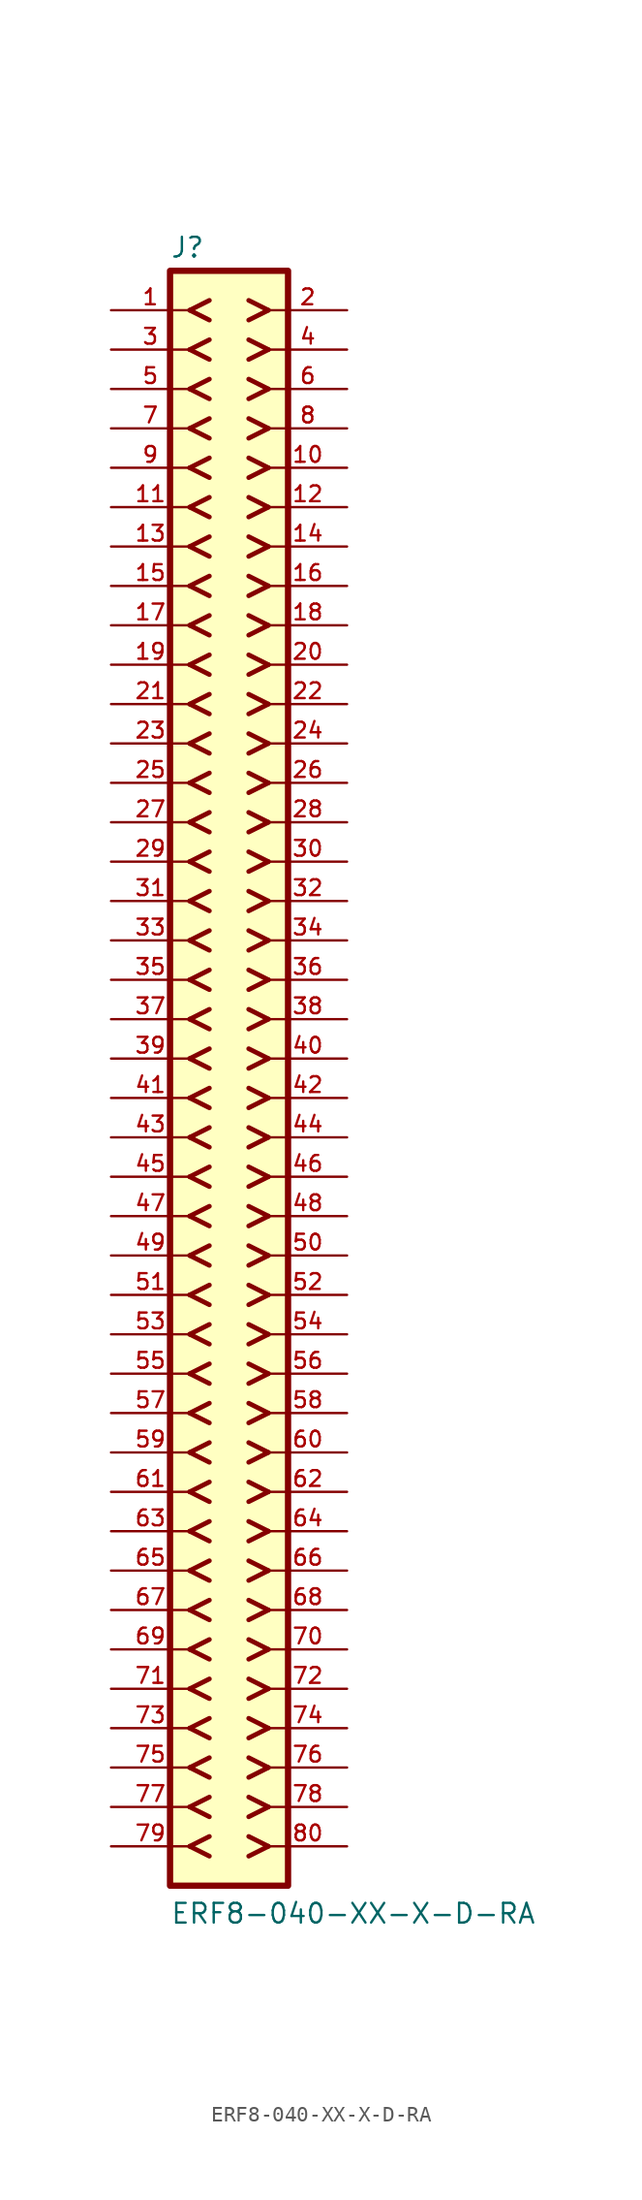
<source format=kicad_sym>
(kicad_symbol_lib
  (version 20211014)
  (generator kicad_symbol_editor)
  (symbol "ERF8-040-XX-X-D-RA"
    (pin_names
      (offset 1.016) hide)
    (property "Reference" "J"
      (at -3.81 51.562 0)
      (effects (font (size 1.27 1.27)) (justify left bottom)))
    (property "Value" "ERF8-040-XX-X-D-RA"
      (at -3.81 -55.88 0)
      (effects (font (size 1.27 1.27)) (justify left bottom)))
    (property "ki_locked" ""
      (at 0 0 0)
      (effects (font (size 1.27 1.27))))
    (symbol "ERF8-040-XX-X-D-RA_0_0"
      (rectangle (start -3.81 -53.34) (end 3.81 50.8) (stroke (width 0.406) (type default) (color 0 0 0 0)) (fill (type background)))
      (polyline (pts (xy -2.54 -50.8) (xy -1.27 -51.435)) (stroke (width 0.305) (type default) (color 0 0 0 0)) (fill (type none)))
      (polyline (pts (xy -2.54 -50.8) (xy -1.27 -50.165)) (stroke (width 0.305) (type default) (color 0 0 0 0)) (fill (type none)))
      (polyline (pts (xy -2.54 -48.26) (xy -1.27 -48.895)) (stroke (width 0.305) (type default) (color 0 0 0 0)) (fill (type none)))
      (polyline (pts (xy -2.54 -48.26) (xy -1.27 -47.625)) (stroke (width 0.305) (type default) (color 0 0 0 0)) (fill (type none)))
      (polyline (pts (xy -2.54 -45.72) (xy -1.27 -46.355)) (stroke (width 0.305) (type default) (color 0 0 0 0)) (fill (type none)))
      (polyline (pts (xy -2.54 -45.72) (xy -1.27 -45.085)) (stroke (width 0.305) (type default) (color 0 0 0 0)) (fill (type none)))
      (polyline (pts (xy -2.54 -43.18) (xy -1.27 -43.815)) (stroke (width 0.305) (type default) (color 0 0 0 0)) (fill (type none)))
      (polyline (pts (xy -2.54 -43.18) (xy -1.27 -42.545)) (stroke (width 0.305) (type default) (color 0 0 0 0)) (fill (type none)))
      (polyline (pts (xy -2.54 -40.64) (xy -1.27 -41.275)) (stroke (width 0.305) (type default) (color 0 0 0 0)) (fill (type none)))
      (polyline (pts (xy -2.54 -40.64) (xy -1.27 -40.005)) (stroke (width 0.305) (type default) (color 0 0 0 0)) (fill (type none)))
      (polyline (pts (xy -2.54 -38.1) (xy -1.27 -38.735)) (stroke (width 0.305) (type default) (color 0 0 0 0)) (fill (type none)))
      (polyline (pts (xy -2.54 -38.1) (xy -1.27 -37.465)) (stroke (width 0.305) (type default) (color 0 0 0 0)) (fill (type none)))
      (polyline (pts (xy -2.54 -35.56) (xy -1.27 -36.195)) (stroke (width 0.305) (type default) (color 0 0 0 0)) (fill (type none)))
      (polyline (pts (xy -2.54 -35.56) (xy -1.27 -34.925)) (stroke (width 0.305) (type default) (color 0 0 0 0)) (fill (type none)))
      (polyline (pts (xy -2.54 -33.02) (xy -1.27 -33.655)) (stroke (width 0.305) (type default) (color 0 0 0 0)) (fill (type none)))
      (polyline (pts (xy -2.54 -33.02) (xy -1.27 -32.385)) (stroke (width 0.305) (type default) (color 0 0 0 0)) (fill (type none)))
      (polyline (pts (xy -2.54 -30.48) (xy -1.27 -31.115)) (stroke (width 0.305) (type default) (color 0 0 0 0)) (fill (type none)))
      (polyline (pts (xy -2.54 -30.48) (xy -1.27 -29.845)) (stroke (width 0.305) (type default) (color 0 0 0 0)) (fill (type none)))
      (polyline (pts (xy -2.54 -27.94) (xy -1.27 -28.575)) (stroke (width 0.305) (type default) (color 0 0 0 0)) (fill (type none)))
      (polyline (pts (xy -2.54 -27.94) (xy -1.27 -27.305)) (stroke (width 0.305) (type default) (color 0 0 0 0)) (fill (type none)))
      (polyline (pts (xy -2.54 -25.4) (xy -1.27 -26.035)) (stroke (width 0.305) (type default) (color 0 0 0 0)) (fill (type none)))
      (polyline (pts (xy -2.54 -25.4) (xy -1.27 -24.765)) (stroke (width 0.305) (type default) (color 0 0 0 0)) (fill (type none)))
      (polyline (pts (xy -2.54 -22.86) (xy -1.27 -23.495)) (stroke (width 0.305) (type default) (color 0 0 0 0)) (fill (type none)))
      (polyline (pts (xy -2.54 -22.86) (xy -1.27 -22.225)) (stroke (width 0.305) (type default) (color 0 0 0 0)) (fill (type none)))
      (polyline (pts (xy -2.54 -20.32) (xy -1.27 -20.955)) (stroke (width 0.305) (type default) (color 0 0 0 0)) (fill (type none)))
      (polyline (pts (xy -2.54 -20.32) (xy -1.27 -19.685)) (stroke (width 0.305) (type default) (color 0 0 0 0)) (fill (type none)))
      (polyline (pts (xy -2.54 -17.78) (xy -1.27 -18.415)) (stroke (width 0.305) (type default) (color 0 0 0 0)) (fill (type none)))
      (polyline (pts (xy -2.54 -17.78) (xy -1.27 -17.145)) (stroke (width 0.305) (type default) (color 0 0 0 0)) (fill (type none)))
      (polyline (pts (xy -2.54 -15.24) (xy -1.27 -15.875)) (stroke (width 0.305) (type default) (color 0 0 0 0)) (fill (type none)))
      (polyline (pts (xy -2.54 -15.24) (xy -1.27 -14.605)) (stroke (width 0.305) (type default) (color 0 0 0 0)) (fill (type none)))
      (polyline (pts (xy -2.54 -12.7) (xy -1.27 -13.335)) (stroke (width 0.305) (type default) (color 0 0 0 0)) (fill (type none)))
      (polyline (pts (xy -2.54 -12.7) (xy -1.27 -12.065)) (stroke (width 0.305) (type default) (color 0 0 0 0)) (fill (type none)))
      (polyline (pts (xy -2.54 -10.16) (xy -1.27 -10.795)) (stroke (width 0.305) (type default) (color 0 0 0 0)) (fill (type none)))
      (polyline (pts (xy -2.54 -10.16) (xy -1.27 -9.525)) (stroke (width 0.305) (type default) (color 0 0 0 0)) (fill (type none)))
      (polyline (pts (xy -2.54 -7.62) (xy -1.27 -8.255)) (stroke (width 0.305) (type default) (color 0 0 0 0)) (fill (type none)))
      (polyline (pts (xy -2.54 -7.62) (xy -1.27 -6.985)) (stroke (width 0.305) (type default) (color 0 0 0 0)) (fill (type none)))
      (polyline (pts (xy -2.54 -5.08) (xy -1.27 -5.715)) (stroke (width 0.305) (type default) (color 0 0 0 0)) (fill (type none)))
      (polyline (pts (xy -2.54 -5.08) (xy -1.27 -4.445)) (stroke (width 0.305) (type default) (color 0 0 0 0)) (fill (type none)))
      (polyline (pts (xy -2.54 -2.54) (xy -1.27 -3.175)) (stroke (width 0.305) (type default) (color 0 0 0 0)) (fill (type none)))
      (polyline (pts (xy -2.54 -2.54) (xy -1.27 -1.905)) (stroke (width 0.305) (type default) (color 0 0 0 0)) (fill (type none)))
      (polyline (pts (xy -2.54 0) (xy -1.27 -0.635)) (stroke (width 0.305) (type default) (color 0 0 0 0)) (fill (type none)))
      (polyline (pts (xy -2.54 0) (xy -1.27 0.635)) (stroke (width 0.305) (type default) (color 0 0 0 0)) (fill (type none)))
      (polyline (pts (xy -2.54 2.54) (xy -1.27 1.905)) (stroke (width 0.305) (type default) (color 0 0 0 0)) (fill (type none)))
      (polyline (pts (xy -2.54 2.54) (xy -1.27 3.175)) (stroke (width 0.305) (type default) (color 0 0 0 0)) (fill (type none)))
      (polyline (pts (xy -2.54 5.08) (xy -1.27 4.445)) (stroke (width 0.305) (type default) (color 0 0 0 0)) (fill (type none)))
      (polyline (pts (xy -2.54 5.08) (xy -1.27 5.715)) (stroke (width 0.305) (type default) (color 0 0 0 0)) (fill (type none)))
      (polyline (pts (xy -2.54 7.62) (xy -1.27 6.985)) (stroke (width 0.305) (type default) (color 0 0 0 0)) (fill (type none)))
      (polyline (pts (xy -2.54 7.62) (xy -1.27 8.255)) (stroke (width 0.305) (type default) (color 0 0 0 0)) (fill (type none)))
      (polyline (pts (xy -2.54 10.16) (xy -1.27 9.525)) (stroke (width 0.305) (type default) (color 0 0 0 0)) (fill (type none)))
      (polyline (pts (xy -2.54 10.16) (xy -1.27 10.795)) (stroke (width 0.305) (type default) (color 0 0 0 0)) (fill (type none)))
      (polyline (pts (xy -2.54 12.7) (xy -1.27 12.065)) (stroke (width 0.305) (type default) (color 0 0 0 0)) (fill (type none)))
      (polyline (pts (xy -2.54 12.7) (xy -1.27 13.335)) (stroke (width 0.305) (type default) (color 0 0 0 0)) (fill (type none)))
      (polyline (pts (xy -2.54 15.24) (xy -1.27 14.605)) (stroke (width 0.305) (type default) (color 0 0 0 0)) (fill (type none)))
      (polyline (pts (xy -2.54 15.24) (xy -1.27 15.875)) (stroke (width 0.305) (type default) (color 0 0 0 0)) (fill (type none)))
      (polyline (pts (xy -2.54 17.78) (xy -1.27 17.145)) (stroke (width 0.305) (type default) (color 0 0 0 0)) (fill (type none)))
      (polyline (pts (xy -2.54 17.78) (xy -1.27 18.415)) (stroke (width 0.305) (type default) (color 0 0 0 0)) (fill (type none)))
      (polyline (pts (xy -2.54 20.32) (xy -1.27 19.685)) (stroke (width 0.305) (type default) (color 0 0 0 0)) (fill (type none)))
      (polyline (pts (xy -2.54 20.32) (xy -1.27 20.955)) (stroke (width 0.305) (type default) (color 0 0 0 0)) (fill (type none)))
      (polyline (pts (xy -2.54 22.86) (xy -1.27 22.225)) (stroke (width 0.305) (type default) (color 0 0 0 0)) (fill (type none)))
      (polyline (pts (xy -2.54 22.86) (xy -1.27 23.495)) (stroke (width 0.305) (type default) (color 0 0 0 0)) (fill (type none)))
      (polyline (pts (xy -2.54 25.4) (xy -1.27 24.765)) (stroke (width 0.305) (type default) (color 0 0 0 0)) (fill (type none)))
      (polyline (pts (xy -2.54 25.4) (xy -1.27 26.035)) (stroke (width 0.305) (type default) (color 0 0 0 0)) (fill (type none)))
      (polyline (pts (xy -2.54 27.94) (xy -1.27 27.305)) (stroke (width 0.305) (type default) (color 0 0 0 0)) (fill (type none)))
      (polyline (pts (xy -2.54 27.94) (xy -1.27 28.575)) (stroke (width 0.305) (type default) (color 0 0 0 0)) (fill (type none)))
      (polyline (pts (xy -2.54 30.48) (xy -1.27 29.845)) (stroke (width 0.305) (type default) (color 0 0 0 0)) (fill (type none)))
      (polyline (pts (xy -2.54 30.48) (xy -1.27 31.115)) (stroke (width 0.305) (type default) (color 0 0 0 0)) (fill (type none)))
      (polyline (pts (xy -2.54 33.02) (xy -1.27 32.385)) (stroke (width 0.305) (type default) (color 0 0 0 0)) (fill (type none)))
      (polyline (pts (xy -2.54 33.02) (xy -1.27 33.655)) (stroke (width 0.305) (type default) (color 0 0 0 0)) (fill (type none)))
      (polyline (pts (xy -2.54 35.56) (xy -1.27 34.925)) (stroke (width 0.305) (type default) (color 0 0 0 0)) (fill (type none)))
      (polyline (pts (xy -2.54 35.56) (xy -1.27 36.195)) (stroke (width 0.305) (type default) (color 0 0 0 0)) (fill (type none)))
      (polyline (pts (xy -2.54 38.1) (xy -1.27 37.465)) (stroke (width 0.305) (type default) (color 0 0 0 0)) (fill (type none)))
      (polyline (pts (xy -2.54 38.1) (xy -1.27 38.735)) (stroke (width 0.305) (type default) (color 0 0 0 0)) (fill (type none)))
      (polyline (pts (xy -2.54 40.64) (xy -1.27 40.005)) (stroke (width 0.305) (type default) (color 0 0 0 0)) (fill (type none)))
      (polyline (pts (xy -2.54 40.64) (xy -1.27 41.275)) (stroke (width 0.305) (type default) (color 0 0 0 0)) (fill (type none)))
      (polyline (pts (xy -2.54 43.18) (xy -1.27 42.545)) (stroke (width 0.305) (type default) (color 0 0 0 0)) (fill (type none)))
      (polyline (pts (xy -2.54 43.18) (xy -1.27 43.815)) (stroke (width 0.305) (type default) (color 0 0 0 0)) (fill (type none)))
      (polyline (pts (xy -2.54 45.72) (xy -1.27 45.085)) (stroke (width 0.305) (type default) (color 0 0 0 0)) (fill (type none)))
      (polyline (pts (xy -2.54 45.72) (xy -1.27 46.355)) (stroke (width 0.305) (type default) (color 0 0 0 0)) (fill (type none)))
      (polyline (pts (xy -2.54 48.26) (xy -1.27 47.625)) (stroke (width 0.305) (type default) (color 0 0 0 0)) (fill (type none)))
      (polyline (pts (xy -2.54 48.26) (xy -1.27 48.895)) (stroke (width 0.305) (type default) (color 0 0 0 0)) (fill (type none)))
      (polyline (pts (xy 2.54 -50.8) (xy 1.27 -51.435)) (stroke (width 0.305) (type default) (color 0 0 0 0)) (fill (type none)))
      (polyline (pts (xy 2.54 -50.8) (xy 1.27 -50.165)) (stroke (width 0.305) (type default) (color 0 0 0 0)) (fill (type none)))
      (polyline (pts (xy 2.54 -48.26) (xy 1.27 -48.895)) (stroke (width 0.305) (type default) (color 0 0 0 0)) (fill (type none)))
      (polyline (pts (xy 2.54 -48.26) (xy 1.27 -47.625)) (stroke (width 0.305) (type default) (color 0 0 0 0)) (fill (type none)))
      (polyline (pts (xy 2.54 -45.72) (xy 1.27 -46.355)) (stroke (width 0.305) (type default) (color 0 0 0 0)) (fill (type none)))
      (polyline (pts (xy 2.54 -45.72) (xy 1.27 -45.085)) (stroke (width 0.305) (type default) (color 0 0 0 0)) (fill (type none)))
      (polyline (pts (xy 2.54 -43.18) (xy 1.27 -43.815)) (stroke (width 0.305) (type default) (color 0 0 0 0)) (fill (type none)))
      (polyline (pts (xy 2.54 -43.18) (xy 1.27 -42.545)) (stroke (width 0.305) (type default) (color 0 0 0 0)) (fill (type none)))
      (polyline (pts (xy 2.54 -40.64) (xy 1.27 -41.275)) (stroke (width 0.305) (type default) (color 0 0 0 0)) (fill (type none)))
      (polyline (pts (xy 2.54 -40.64) (xy 1.27 -40.005)) (stroke (width 0.305) (type default) (color 0 0 0 0)) (fill (type none)))
      (polyline (pts (xy 2.54 -38.1) (xy 1.27 -38.735)) (stroke (width 0.305) (type default) (color 0 0 0 0)) (fill (type none)))
      (polyline (pts (xy 2.54 -38.1) (xy 1.27 -37.465)) (stroke (width 0.305) (type default) (color 0 0 0 0)) (fill (type none)))
      (polyline (pts (xy 2.54 -35.56) (xy 1.27 -36.195)) (stroke (width 0.305) (type default) (color 0 0 0 0)) (fill (type none)))
      (polyline (pts (xy 2.54 -35.56) (xy 1.27 -34.925)) (stroke (width 0.305) (type default) (color 0 0 0 0)) (fill (type none)))
      (polyline (pts (xy 2.54 -33.02) (xy 1.27 -33.655)) (stroke (width 0.305) (type default) (color 0 0 0 0)) (fill (type none)))
      (polyline (pts (xy 2.54 -33.02) (xy 1.27 -32.385)) (stroke (width 0.305) (type default) (color 0 0 0 0)) (fill (type none)))
      (polyline (pts (xy 2.54 -30.48) (xy 1.27 -31.115)) (stroke (width 0.305) (type default) (color 0 0 0 0)) (fill (type none)))
      (polyline (pts (xy 2.54 -30.48) (xy 1.27 -29.845)) (stroke (width 0.305) (type default) (color 0 0 0 0)) (fill (type none)))
      (polyline (pts (xy 2.54 -27.94) (xy 1.27 -28.575)) (stroke (width 0.305) (type default) (color 0 0 0 0)) (fill (type none)))
      (polyline (pts (xy 2.54 -27.94) (xy 1.27 -27.305)) (stroke (width 0.305) (type default) (color 0 0 0 0)) (fill (type none)))
      (polyline (pts (xy 2.54 -25.4) (xy 1.27 -26.035)) (stroke (width 0.305) (type default) (color 0 0 0 0)) (fill (type none)))
      (polyline (pts (xy 2.54 -25.4) (xy 1.27 -24.765)) (stroke (width 0.305) (type default) (color 0 0 0 0)) (fill (type none)))
      (polyline (pts (xy 2.54 -22.86) (xy 1.27 -23.495)) (stroke (width 0.305) (type default) (color 0 0 0 0)) (fill (type none)))
      (polyline (pts (xy 2.54 -22.86) (xy 1.27 -22.225)) (stroke (width 0.305) (type default) (color 0 0 0 0)) (fill (type none)))
      (polyline (pts (xy 2.54 -20.32) (xy 1.27 -20.955)) (stroke (width 0.305) (type default) (color 0 0 0 0)) (fill (type none)))
      (polyline (pts (xy 2.54 -20.32) (xy 1.27 -19.685)) (stroke (width 0.305) (type default) (color 0 0 0 0)) (fill (type none)))
      (polyline (pts (xy 2.54 -17.78) (xy 1.27 -18.415)) (stroke (width 0.305) (type default) (color 0 0 0 0)) (fill (type none)))
      (polyline (pts (xy 2.54 -17.78) (xy 1.27 -17.145)) (stroke (width 0.305) (type default) (color 0 0 0 0)) (fill (type none)))
      (polyline (pts (xy 2.54 -15.24) (xy 1.27 -15.875)) (stroke (width 0.305) (type default) (color 0 0 0 0)) (fill (type none)))
      (polyline (pts (xy 2.54 -15.24) (xy 1.27 -14.605)) (stroke (width 0.305) (type default) (color 0 0 0 0)) (fill (type none)))
      (polyline (pts (xy 2.54 -12.7) (xy 1.27 -13.335)) (stroke (width 0.305) (type default) (color 0 0 0 0)) (fill (type none)))
      (polyline (pts (xy 2.54 -12.7) (xy 1.27 -12.065)) (stroke (width 0.305) (type default) (color 0 0 0 0)) (fill (type none)))
      (polyline (pts (xy 2.54 -10.16) (xy 1.27 -10.795)) (stroke (width 0.305) (type default) (color 0 0 0 0)) (fill (type none)))
      (polyline (pts (xy 2.54 -10.16) (xy 1.27 -9.525)) (stroke (width 0.305) (type default) (color 0 0 0 0)) (fill (type none)))
      (polyline (pts (xy 2.54 -7.62) (xy 1.27 -8.255)) (stroke (width 0.305) (type default) (color 0 0 0 0)) (fill (type none)))
      (polyline (pts (xy 2.54 -7.62) (xy 1.27 -6.985)) (stroke (width 0.305) (type default) (color 0 0 0 0)) (fill (type none)))
      (polyline (pts (xy 2.54 -5.08) (xy 1.27 -5.715)) (stroke (width 0.305) (type default) (color 0 0 0 0)) (fill (type none)))
      (polyline (pts (xy 2.54 -5.08) (xy 1.27 -4.445)) (stroke (width 0.305) (type default) (color 0 0 0 0)) (fill (type none)))
      (polyline (pts (xy 2.54 -2.54) (xy 1.27 -3.175)) (stroke (width 0.305) (type default) (color 0 0 0 0)) (fill (type none)))
      (polyline (pts (xy 2.54 -2.54) (xy 1.27 -1.905)) (stroke (width 0.305) (type default) (color 0 0 0 0)) (fill (type none)))
      (polyline (pts (xy 2.54 0) (xy 1.27 -0.635)) (stroke (width 0.305) (type default) (color 0 0 0 0)) (fill (type none)))
      (polyline (pts (xy 2.54 0) (xy 1.27 0.635)) (stroke (width 0.305) (type default) (color 0 0 0 0)) (fill (type none)))
      (polyline (pts (xy 2.54 2.54) (xy 1.27 1.905)) (stroke (width 0.305) (type default) (color 0 0 0 0)) (fill (type none)))
      (polyline (pts (xy 2.54 2.54) (xy 1.27 3.175)) (stroke (width 0.305) (type default) (color 0 0 0 0)) (fill (type none)))
      (polyline (pts (xy 2.54 5.08) (xy 1.27 4.445)) (stroke (width 0.305) (type default) (color 0 0 0 0)) (fill (type none)))
      (polyline (pts (xy 2.54 5.08) (xy 1.27 5.715)) (stroke (width 0.305) (type default) (color 0 0 0 0)) (fill (type none)))
      (polyline (pts (xy 2.54 7.62) (xy 1.27 6.985)) (stroke (width 0.305) (type default) (color 0 0 0 0)) (fill (type none)))
      (polyline (pts (xy 2.54 7.62) (xy 1.27 8.255)) (stroke (width 0.305) (type default) (color 0 0 0 0)) (fill (type none)))
      (polyline (pts (xy 2.54 10.16) (xy 1.27 9.525)) (stroke (width 0.305) (type default) (color 0 0 0 0)) (fill (type none)))
      (polyline (pts (xy 2.54 10.16) (xy 1.27 10.795)) (stroke (width 0.305) (type default) (color 0 0 0 0)) (fill (type none)))
      (polyline (pts (xy 2.54 12.7) (xy 1.27 12.065)) (stroke (width 0.305) (type default) (color 0 0 0 0)) (fill (type none)))
      (polyline (pts (xy 2.54 12.7) (xy 1.27 13.335)) (stroke (width 0.305) (type default) (color 0 0 0 0)) (fill (type none)))
      (polyline (pts (xy 2.54 15.24) (xy 1.27 14.605)) (stroke (width 0.305) (type default) (color 0 0 0 0)) (fill (type none)))
      (polyline (pts (xy 2.54 15.24) (xy 1.27 15.875)) (stroke (width 0.305) (type default) (color 0 0 0 0)) (fill (type none)))
      (polyline (pts (xy 2.54 17.78) (xy 1.27 17.145)) (stroke (width 0.305) (type default) (color 0 0 0 0)) (fill (type none)))
      (polyline (pts (xy 2.54 17.78) (xy 1.27 18.415)) (stroke (width 0.305) (type default) (color 0 0 0 0)) (fill (type none)))
      (polyline (pts (xy 2.54 20.32) (xy 1.27 19.685)) (stroke (width 0.305) (type default) (color 0 0 0 0)) (fill (type none)))
      (polyline (pts (xy 2.54 20.32) (xy 1.27 20.955)) (stroke (width 0.305) (type default) (color 0 0 0 0)) (fill (type none)))
      (polyline (pts (xy 2.54 22.86) (xy 1.27 22.225)) (stroke (width 0.305) (type default) (color 0 0 0 0)) (fill (type none)))
      (polyline (pts (xy 2.54 22.86) (xy 1.27 23.495)) (stroke (width 0.305) (type default) (color 0 0 0 0)) (fill (type none)))
      (polyline (pts (xy 2.54 25.4) (xy 1.27 24.765)) (stroke (width 0.305) (type default) (color 0 0 0 0)) (fill (type none)))
      (polyline (pts (xy 2.54 25.4) (xy 1.27 26.035)) (stroke (width 0.305) (type default) (color 0 0 0 0)) (fill (type none)))
      (polyline (pts (xy 2.54 27.94) (xy 1.27 27.305)) (stroke (width 0.305) (type default) (color 0 0 0 0)) (fill (type none)))
      (polyline (pts (xy 2.54 27.94) (xy 1.27 28.575)) (stroke (width 0.305) (type default) (color 0 0 0 0)) (fill (type none)))
      (polyline (pts (xy 2.54 30.48) (xy 1.27 29.845)) (stroke (width 0.305) (type default) (color 0 0 0 0)) (fill (type none)))
      (polyline (pts (xy 2.54 30.48) (xy 1.27 31.115)) (stroke (width 0.305) (type default) (color 0 0 0 0)) (fill (type none)))
      (polyline (pts (xy 2.54 33.02) (xy 1.27 32.385)) (stroke (width 0.305) (type default) (color 0 0 0 0)) (fill (type none)))
      (polyline (pts (xy 2.54 33.02) (xy 1.27 33.655)) (stroke (width 0.305) (type default) (color 0 0 0 0)) (fill (type none)))
      (polyline (pts (xy 2.54 35.56) (xy 1.27 34.925)) (stroke (width 0.305) (type default) (color 0 0 0 0)) (fill (type none)))
      (polyline (pts (xy 2.54 35.56) (xy 1.27 36.195)) (stroke (width 0.305) (type default) (color 0 0 0 0)) (fill (type none)))
      (polyline (pts (xy 2.54 38.1) (xy 1.27 37.465)) (stroke (width 0.305) (type default) (color 0 0 0 0)) (fill (type none)))
      (polyline (pts (xy 2.54 38.1) (xy 1.27 38.735)) (stroke (width 0.305) (type default) (color 0 0 0 0)) (fill (type none)))
      (polyline (pts (xy 2.54 40.64) (xy 1.27 40.005)) (stroke (width 0.305) (type default) (color 0 0 0 0)) (fill (type none)))
      (polyline (pts (xy 2.54 40.64) (xy 1.27 41.275)) (stroke (width 0.305) (type default) (color 0 0 0 0)) (fill (type none)))
      (polyline (pts (xy 2.54 43.18) (xy 1.27 42.545)) (stroke (width 0.305) (type default) (color 0 0 0 0)) (fill (type none)))
      (polyline (pts (xy 2.54 43.18) (xy 1.27 43.815)) (stroke (width 0.305) (type default) (color 0 0 0 0)) (fill (type none)))
      (polyline (pts (xy 2.54 45.72) (xy 1.27 45.085)) (stroke (width 0.305) (type default) (color 0 0 0 0)) (fill (type none)))
      (polyline (pts (xy 2.54 45.72) (xy 1.27 46.355)) (stroke (width 0.305) (type default) (color 0 0 0 0)) (fill (type none)))
      (polyline (pts (xy 2.54 48.26) (xy 1.27 47.625)) (stroke (width 0.305) (type default) (color 0 0 0 0)) (fill (type none)))
      (polyline (pts (xy 2.54 48.26) (xy 1.27 48.895)) (stroke (width 0.305) (type default) (color 0 0 0 0)) (fill (type none)))
      (pin passive line (at -7.62 48.26 0) (length 5.08) (name "~" (effects (font (size 1.016 1.016)))) (number "1" (effects (font (size 1.016 1.016)))))
      (pin passive line (at 7.62 38.1 180) (length 5.08) (name "~" (effects (font (size 1.016 1.016)))) (number "10" (effects (font (size 1.016 1.016)))))
      (pin passive line (at -7.62 35.56 0) (length 5.08) (name "~" (effects (font (size 1.016 1.016)))) (number "11" (effects (font (size 1.016 1.016)))))
      (pin passive line (at 7.62 35.56 180) (length 5.08) (name "~" (effects (font (size 1.016 1.016)))) (number "12" (effects (font (size 1.016 1.016)))))
      (pin passive line (at -7.62 33.02 0) (length 5.08) (name "~" (effects (font (size 1.016 1.016)))) (number "13" (effects (font (size 1.016 1.016)))))
      (pin passive line (at 7.62 33.02 180) (length 5.08) (name "~" (effects (font (size 1.016 1.016)))) (number "14" (effects (font (size 1.016 1.016)))))
      (pin passive line (at -7.62 30.48 0) (length 5.08) (name "~" (effects (font (size 1.016 1.016)))) (number "15" (effects (font (size 1.016 1.016)))))
      (pin passive line (at 7.62 30.48 180) (length 5.08) (name "~" (effects (font (size 1.016 1.016)))) (number "16" (effects (font (size 1.016 1.016)))))
      (pin passive line (at -7.62 27.94 0) (length 5.08) (name "~" (effects (font (size 1.016 1.016)))) (number "17" (effects (font (size 1.016 1.016)))))
      (pin passive line (at 7.62 27.94 180) (length 5.08) (name "~" (effects (font (size 1.016 1.016)))) (number "18" (effects (font (size 1.016 1.016)))))
      (pin passive line (at -7.62 25.4 0) (length 5.08) (name "~" (effects (font (size 1.016 1.016)))) (number "19" (effects (font (size 1.016 1.016)))))
      (pin passive line (at 7.62 48.26 180) (length 5.08) (name "~" (effects (font (size 1.016 1.016)))) (number "2" (effects (font (size 1.016 1.016)))))
      (pin passive line (at 7.62 25.4 180) (length 5.08) (name "~" (effects (font (size 1.016 1.016)))) (number "20" (effects (font (size 1.016 1.016)))))
      (pin passive line (at -7.62 22.86 0) (length 5.08) (name "~" (effects (font (size 1.016 1.016)))) (number "21" (effects (font (size 1.016 1.016)))))
      (pin passive line (at 7.62 22.86 180) (length 5.08) (name "~" (effects (font (size 1.016 1.016)))) (number "22" (effects (font (size 1.016 1.016)))))
      (pin passive line (at -7.62 20.32 0) (length 5.08) (name "~" (effects (font (size 1.016 1.016)))) (number "23" (effects (font (size 1.016 1.016)))))
      (pin passive line (at 7.62 20.32 180) (length 5.08) (name "~" (effects (font (size 1.016 1.016)))) (number "24" (effects (font (size 1.016 1.016)))))
      (pin passive line (at -7.62 17.78 0) (length 5.08) (name "~" (effects (font (size 1.016 1.016)))) (number "25" (effects (font (size 1.016 1.016)))))
      (pin passive line (at 7.62 17.78 180) (length 5.08) (name "~" (effects (font (size 1.016 1.016)))) (number "26" (effects (font (size 1.016 1.016)))))
      (pin passive line (at -7.62 15.24 0) (length 5.08) (name "~" (effects (font (size 1.016 1.016)))) (number "27" (effects (font (size 1.016 1.016)))))
      (pin passive line (at 7.62 15.24 180) (length 5.08) (name "~" (effects (font (size 1.016 1.016)))) (number "28" (effects (font (size 1.016 1.016)))))
      (pin passive line (at -7.62 12.7 0) (length 5.08) (name "~" (effects (font (size 1.016 1.016)))) (number "29" (effects (font (size 1.016 1.016)))))
      (pin passive line (at -7.62 45.72 0) (length 5.08) (name "~" (effects (font (size 1.016 1.016)))) (number "3" (effects (font (size 1.016 1.016)))))
      (pin passive line (at 7.62 12.7 180) (length 5.08) (name "~" (effects (font (size 1.016 1.016)))) (number "30" (effects (font (size 1.016 1.016)))))
      (pin passive line (at -7.62 10.16 0) (length 5.08) (name "~" (effects (font (size 1.016 1.016)))) (number "31" (effects (font (size 1.016 1.016)))))
      (pin passive line (at 7.62 10.16 180) (length 5.08) (name "~" (effects (font (size 1.016 1.016)))) (number "32" (effects (font (size 1.016 1.016)))))
      (pin passive line (at -7.62 7.62 0) (length 5.08) (name "~" (effects (font (size 1.016 1.016)))) (number "33" (effects (font (size 1.016 1.016)))))
      (pin passive line (at 7.62 7.62 180) (length 5.08) (name "~" (effects (font (size 1.016 1.016)))) (number "34" (effects (font (size 1.016 1.016)))))
      (pin passive line (at -7.62 5.08 0) (length 5.08) (name "~" (effects (font (size 1.016 1.016)))) (number "35" (effects (font (size 1.016 1.016)))))
      (pin passive line (at 7.62 5.08 180) (length 5.08) (name "~" (effects (font (size 1.016 1.016)))) (number "36" (effects (font (size 1.016 1.016)))))
      (pin passive line (at -7.62 2.54 0) (length 5.08) (name "~" (effects (font (size 1.016 1.016)))) (number "37" (effects (font (size 1.016 1.016)))))
      (pin passive line (at 7.62 2.54 180) (length 5.08) (name "~" (effects (font (size 1.016 1.016)))) (number "38" (effects (font (size 1.016 1.016)))))
      (pin passive line (at -7.62 0 0) (length 5.08) (name "~" (effects (font (size 1.016 1.016)))) (number "39" (effects (font (size 1.016 1.016)))))
      (pin passive line (at 7.62 45.72 180) (length 5.08) (name "~" (effects (font (size 1.016 1.016)))) (number "4" (effects (font (size 1.016 1.016)))))
      (pin passive line (at 7.62 0 180) (length 5.08) (name "~" (effects (font (size 1.016 1.016)))) (number "40" (effects (font (size 1.016 1.016)))))
      (pin passive line (at -7.62 -2.54 0) (length 5.08) (name "~" (effects (font (size 1.016 1.016)))) (number "41" (effects (font (size 1.016 1.016)))))
      (pin passive line (at 7.62 -2.54 180) (length 5.08) (name "~" (effects (font (size 1.016 1.016)))) (number "42" (effects (font (size 1.016 1.016)))))
      (pin passive line (at -7.62 -5.08 0) (length 5.08) (name "~" (effects (font (size 1.016 1.016)))) (number "43" (effects (font (size 1.016 1.016)))))
      (pin passive line (at 7.62 -5.08 180) (length 5.08) (name "~" (effects (font (size 1.016 1.016)))) (number "44" (effects (font (size 1.016 1.016)))))
      (pin passive line (at -7.62 -7.62 0) (length 5.08) (name "~" (effects (font (size 1.016 1.016)))) (number "45" (effects (font (size 1.016 1.016)))))
      (pin passive line (at 7.62 -7.62 180) (length 5.08) (name "~" (effects (font (size 1.016 1.016)))) (number "46" (effects (font (size 1.016 1.016)))))
      (pin passive line (at -7.62 -10.16 0) (length 5.08) (name "~" (effects (font (size 1.016 1.016)))) (number "47" (effects (font (size 1.016 1.016)))))
      (pin passive line (at 7.62 -10.16 180) (length 5.08) (name "~" (effects (font (size 1.016 1.016)))) (number "48" (effects (font (size 1.016 1.016)))))
      (pin passive line (at -7.62 -12.7 0) (length 5.08) (name "~" (effects (font (size 1.016 1.016)))) (number "49" (effects (font (size 1.016 1.016)))))
      (pin passive line (at -7.62 43.18 0) (length 5.08) (name "~" (effects (font (size 1.016 1.016)))) (number "5" (effects (font (size 1.016 1.016)))))
      (pin passive line (at 7.62 -12.7 180) (length 5.08) (name "~" (effects (font (size 1.016 1.016)))) (number "50" (effects (font (size 1.016 1.016)))))
      (pin passive line (at -7.62 -15.24 0) (length 5.08) (name "~" (effects (font (size 1.016 1.016)))) (number "51" (effects (font (size 1.016 1.016)))))
      (pin passive line (at 7.62 -15.24 180) (length 5.08) (name "~" (effects (font (size 1.016 1.016)))) (number "52" (effects (font (size 1.016 1.016)))))
      (pin passive line (at -7.62 -17.78 0) (length 5.08) (name "~" (effects (font (size 1.016 1.016)))) (number "53" (effects (font (size 1.016 1.016)))))
      (pin passive line (at 7.62 -17.78 180) (length 5.08) (name "~" (effects (font (size 1.016 1.016)))) (number "54" (effects (font (size 1.016 1.016)))))
      (pin passive line (at -7.62 -20.32 0) (length 5.08) (name "~" (effects (font (size 1.016 1.016)))) (number "55" (effects (font (size 1.016 1.016)))))
      (pin passive line (at 7.62 -20.32 180) (length 5.08) (name "~" (effects (font (size 1.016 1.016)))) (number "56" (effects (font (size 1.016 1.016)))))
      (pin passive line (at -7.62 -22.86 0) (length 5.08) (name "~" (effects (font (size 1.016 1.016)))) (number "57" (effects (font (size 1.016 1.016)))))
      (pin passive line (at 7.62 -22.86 180) (length 5.08) (name "~" (effects (font (size 1.016 1.016)))) (number "58" (effects (font (size 1.016 1.016)))))
      (pin passive line (at -7.62 -25.4 0) (length 5.08) (name "~" (effects (font (size 1.016 1.016)))) (number "59" (effects (font (size 1.016 1.016)))))
      (pin passive line (at 7.62 43.18 180) (length 5.08) (name "~" (effects (font (size 1.016 1.016)))) (number "6" (effects (font (size 1.016 1.016)))))
      (pin passive line (at 7.62 -25.4 180) (length 5.08) (name "~" (effects (font (size 1.016 1.016)))) (number "60" (effects (font (size 1.016 1.016)))))
      (pin passive line (at -7.62 -27.94 0) (length 5.08) (name "~" (effects (font (size 1.016 1.016)))) (number "61" (effects (font (size 1.016 1.016)))))
      (pin passive line (at 7.62 -27.94 180) (length 5.08) (name "~" (effects (font (size 1.016 1.016)))) (number "62" (effects (font (size 1.016 1.016)))))
      (pin passive line (at -7.62 -30.48 0) (length 5.08) (name "~" (effects (font (size 1.016 1.016)))) (number "63" (effects (font (size 1.016 1.016)))))
      (pin passive line (at 7.62 -30.48 180) (length 5.08) (name "~" (effects (font (size 1.016 1.016)))) (number "64" (effects (font (size 1.016 1.016)))))
      (pin passive line (at -7.62 -33.02 0) (length 5.08) (name "~" (effects (font (size 1.016 1.016)))) (number "65" (effects (font (size 1.016 1.016)))))
      (pin passive line (at 7.62 -33.02 180) (length 5.08) (name "~" (effects (font (size 1.016 1.016)))) (number "66" (effects (font (size 1.016 1.016)))))
      (pin passive line (at -7.62 -35.56 0) (length 5.08) (name "~" (effects (font (size 1.016 1.016)))) (number "67" (effects (font (size 1.016 1.016)))))
      (pin passive line (at 7.62 -35.56 180) (length 5.08) (name "~" (effects (font (size 1.016 1.016)))) (number "68" (effects (font (size 1.016 1.016)))))
      (pin passive line (at -7.62 -38.1 0) (length 5.08) (name "~" (effects (font (size 1.016 1.016)))) (number "69" (effects (font (size 1.016 1.016)))))
      (pin passive line (at -7.62 40.64 0) (length 5.08) (name "~" (effects (font (size 1.016 1.016)))) (number "7" (effects (font (size 1.016 1.016)))))
      (pin passive line (at 7.62 -38.1 180) (length 5.08) (name "~" (effects (font (size 1.016 1.016)))) (number "70" (effects (font (size 1.016 1.016)))))
      (pin passive line (at -7.62 -40.64 0) (length 5.08) (name "~" (effects (font (size 1.016 1.016)))) (number "71" (effects (font (size 1.016 1.016)))))
      (pin passive line (at 7.62 -40.64 180) (length 5.08) (name "~" (effects (font (size 1.016 1.016)))) (number "72" (effects (font (size 1.016 1.016)))))
      (pin passive line (at -7.62 -43.18 0) (length 5.08) (name "~" (effects (font (size 1.016 1.016)))) (number "73" (effects (font (size 1.016 1.016)))))
      (pin passive line (at 7.62 -43.18 180) (length 5.08) (name "~" (effects (font (size 1.016 1.016)))) (number "74" (effects (font (size 1.016 1.016)))))
      (pin passive line (at -7.62 -45.72 0) (length 5.08) (name "~" (effects (font (size 1.016 1.016)))) (number "75" (effects (font (size 1.016 1.016)))))
      (pin passive line (at 7.62 -45.72 180) (length 5.08) (name "~" (effects (font (size 1.016 1.016)))) (number "76" (effects (font (size 1.016 1.016)))))
      (pin passive line (at -7.62 -48.26 0) (length 5.08) (name "~" (effects (font (size 1.016 1.016)))) (number "77" (effects (font (size 1.016 1.016)))))
      (pin passive line (at 7.62 -48.26 180) (length 5.08) (name "~" (effects (font (size 1.016 1.016)))) (number "78" (effects (font (size 1.016 1.016)))))
      (pin passive line (at -7.62 -50.8 0) (length 5.08) (name "~" (effects (font (size 1.016 1.016)))) (number "79" (effects (font (size 1.016 1.016)))))
      (pin passive line (at 7.62 40.64 180) (length 5.08) (name "~" (effects (font (size 1.016 1.016)))) (number "8" (effects (font (size 1.016 1.016)))))
      (pin passive line (at 7.62 -50.8 180) (length 5.08) (name "~" (effects (font (size 1.016 1.016)))) (number "80" (effects (font (size 1.016 1.016)))))
      (pin passive line (at -7.62 38.1 0) (length 5.08) (name "~" (effects (font (size 1.016 1.016)))) (number "9" (effects (font (size 1.016 1.016))))))))
</source>
